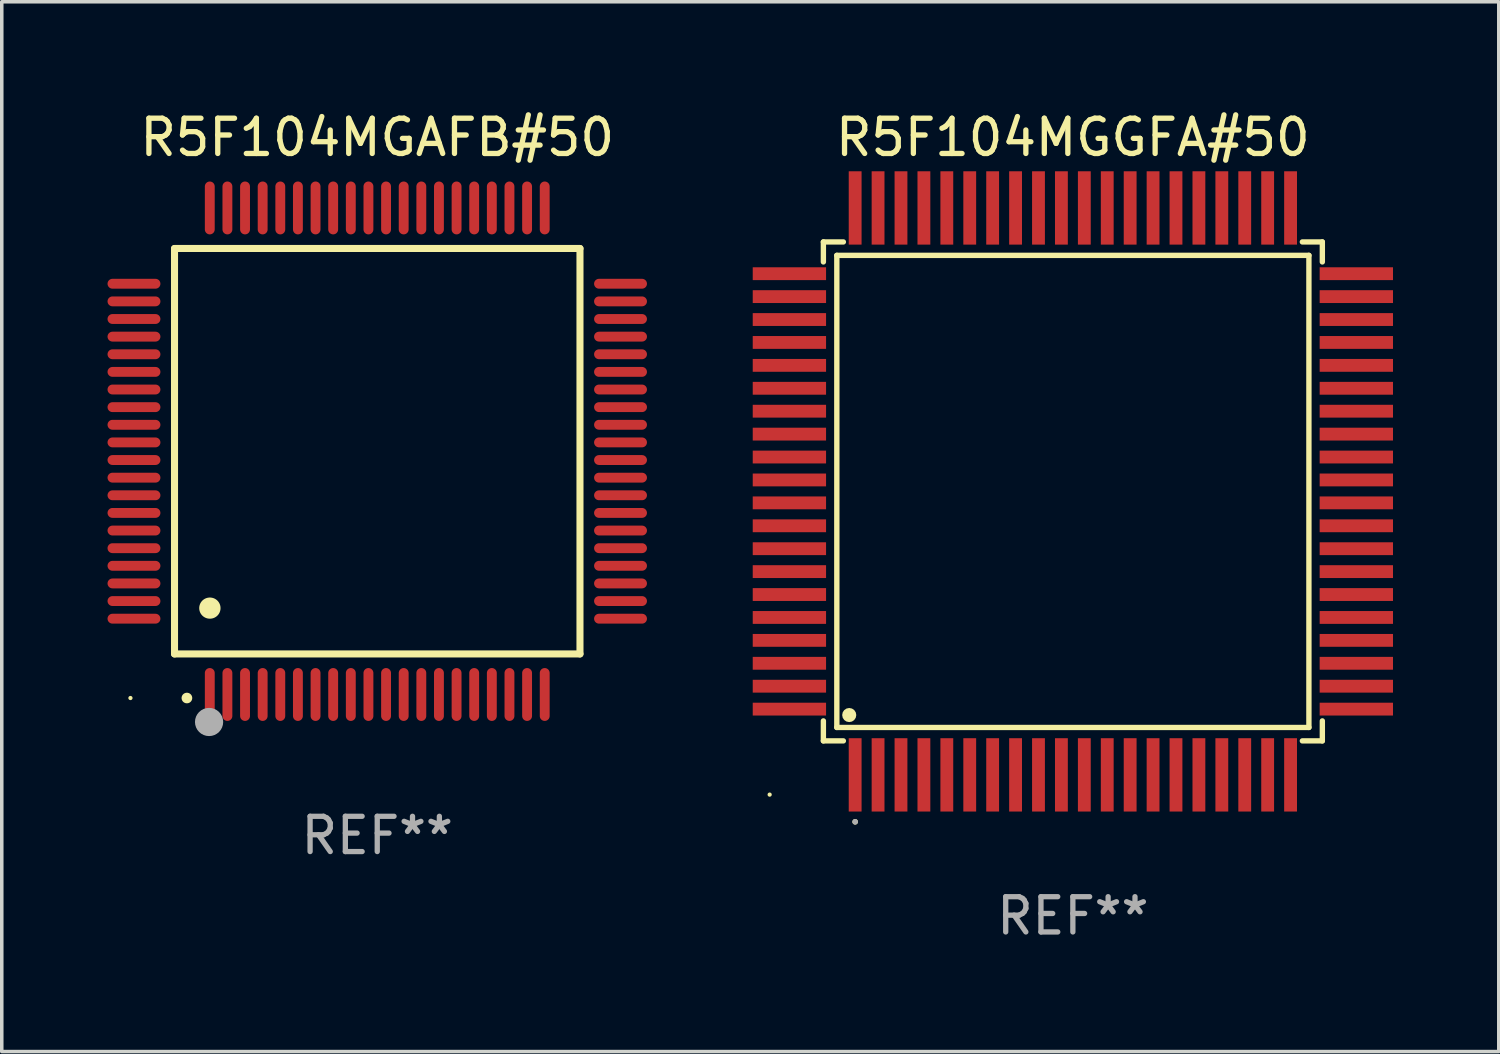
<source format=kicad_pcb>
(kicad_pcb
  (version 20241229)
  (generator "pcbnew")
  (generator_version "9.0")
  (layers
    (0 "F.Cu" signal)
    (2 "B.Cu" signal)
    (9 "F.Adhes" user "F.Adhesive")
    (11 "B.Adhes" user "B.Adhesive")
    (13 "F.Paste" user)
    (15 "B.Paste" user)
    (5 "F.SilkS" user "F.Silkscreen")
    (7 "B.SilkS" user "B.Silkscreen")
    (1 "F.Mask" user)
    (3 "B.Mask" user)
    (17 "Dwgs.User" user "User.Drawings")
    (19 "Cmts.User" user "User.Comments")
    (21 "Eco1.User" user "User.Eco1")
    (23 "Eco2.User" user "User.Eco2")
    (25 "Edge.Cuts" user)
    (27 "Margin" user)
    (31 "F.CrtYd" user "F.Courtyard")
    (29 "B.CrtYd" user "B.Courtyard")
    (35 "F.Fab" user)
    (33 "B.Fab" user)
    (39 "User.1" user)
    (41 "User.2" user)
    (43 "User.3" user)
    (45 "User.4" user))
  (footprint "R5F104MGGFA#50"
    (layer "F.Cu")
    (at 27.38 10.888)
    (property "Reference" "R5F104MGGFA#50" (at 0 -10.04 0) (layer "F.SilkS") (effects (font (size 1 1) (thickness 0.15))))
    (attr through_hole)
    (fp_line (start -7.076 -7.076) (end -7.076 -6.509) (stroke (width 0.152) (type solid)) (layer "F.SilkS"))
    (fp_line (start -7.076 7.076) (end -7.076 6.509) (stroke (width 0.152) (type solid)) (layer "F.SilkS"))
    (fp_line (start -6.695 -6.695) (end 6.695 -6.695) (stroke (width 0.152) (type solid)) (layer "F.SilkS"))
    (fp_line (start -6.695 6.695) (end -6.695 -6.695) (stroke (width 0.152) (type solid)) (layer "F.SilkS"))
    (fp_line (start -6.509 -7.076) (end -7.076 -7.076) (stroke (width 0.152) (type solid)) (layer "F.SilkS"))
    (fp_line (start -6.509 7.076) (end -7.076 7.076) (stroke (width 0.152) (type solid)) (layer "F.SilkS"))
    (fp_line (start 6.509 -7.076) (end 7.076 -7.076) (stroke (width 0.152) (type solid)) (layer "F.SilkS"))
    (fp_line (start 6.509 7.076) (end 7.076 7.076) (stroke (width 0.152) (type solid)) (layer "F.SilkS"))
    (fp_line (start 6.695 -6.695) (end 6.695 6.695) (stroke (width 0.152) (type solid)) (layer "F.SilkS"))
    (fp_line (start 6.695 6.695) (end -6.695 6.695) (stroke (width 0.152) (type solid)) (layer "F.SilkS"))
    (fp_line (start 7.076 -7.076) (end 7.076 -6.509) (stroke (width 0.152) (type solid)) (layer "F.SilkS"))
    (fp_line (start 7.076 7.076) (end 7.076 6.509) (stroke (width 0.152) (type solid)) (layer "F.SilkS"))
    (fp_circle (center -8.6 8.6) (end -8.57 8.6) (stroke (width 0.06) (type solid)) (fill no) (layer "F.SilkS"))
    (fp_circle (center -6.343 6.343) (end -6.243 6.343) (stroke (width 0.2) (type solid)) (fill no) (layer "F.SilkS"))
    (fp_circle (center -6.175 9.371) (end -6.135 9.371) (stroke (width 0.08) (type solid)) (fill no) (layer "F.SilkS"))
    (fp_circle (center -6.175 9.371) (end -6.135 9.371) (stroke (width 0.08) (type solid)) (fill no) (layer "F.Fab"))
    (fp_text user "REF**" (at 0 12.04 0) (layer "F.Fab") (effects (font (size 1 1) (thickness 0.15))))
    (pad "1" smd rect (at -6.175 8.04) (size 0.364 2.08) (layers "F.Cu" "F.Mask" "F.Paste"))
    (pad "2" smd rect (at -5.525 8.04) (size 0.364 2.08) (layers "F.Cu" "F.Mask" "F.Paste"))
    (pad "3" smd rect (at -4.875 8.04) (size 0.364 2.08) (layers "F.Cu" "F.Mask" "F.Paste"))
    (pad "4" smd rect (at -4.225 8.04) (size 0.364 2.08) (layers "F.Cu" "F.Mask" "F.Paste"))
    (pad "5" smd rect (at -3.575 8.04) (size 0.364 2.08) (layers "F.Cu" "F.Mask" "F.Paste"))
    (pad "6" smd rect (at -2.925 8.04) (size 0.364 2.08) (layers "F.Cu" "F.Mask" "F.Paste"))
    (pad "7" smd rect (at -2.275 8.04) (size 0.364 2.08) (layers "F.Cu" "F.Mask" "F.Paste"))
    (pad "8" smd rect (at -1.625 8.04) (size 0.364 2.08) (layers "F.Cu" "F.Mask" "F.Paste"))
    (pad "9" smd rect (at -0.975 8.04) (size 0.364 2.08) (layers "F.Cu" "F.Mask" "F.Paste"))
    (pad "10" smd rect (at -0.325 8.04) (size 0.364 2.08) (layers "F.Cu" "F.Mask" "F.Paste"))
    (pad "11" smd rect (at 0.325 8.04) (size 0.364 2.08) (layers "F.Cu" "F.Mask" "F.Paste"))
    (pad "12" smd rect (at 0.975 8.04) (size 0.364 2.08) (layers "F.Cu" "F.Mask" "F.Paste"))
    (pad "13" smd rect (at 1.625 8.04) (size 0.364 2.08) (layers "F.Cu" "F.Mask" "F.Paste"))
    (pad "14" smd rect (at 2.275 8.04) (size 0.364 2.08) (layers "F.Cu" "F.Mask" "F.Paste"))
    (pad "15" smd rect (at 2.925 8.04) (size 0.364 2.08) (layers "F.Cu" "F.Mask" "F.Paste"))
    (pad "16" smd rect (at 3.575 8.04) (size 0.364 2.08) (layers "F.Cu" "F.Mask" "F.Paste"))
    (pad "17" smd rect (at 4.225 8.04) (size 0.364 2.08) (layers "F.Cu" "F.Mask" "F.Paste"))
    (pad "18" smd rect (at 4.875 8.04) (size 0.364 2.08) (layers "F.Cu" "F.Mask" "F.Paste"))
    (pad "19" smd rect (at 5.525 8.04) (size 0.364 2.08) (layers "F.Cu" "F.Mask" "F.Paste"))
    (pad "20" smd rect (at 6.175 8.04) (size 0.364 2.08) (layers "F.Cu" "F.Mask" "F.Paste"))
    (pad "21" smd rect (at 8.04 6.175) (size 2.08 0.364) (layers "F.Cu" "F.Mask" "F.Paste"))
    (pad "22" smd rect (at 8.04 5.525) (size 2.08 0.364) (layers "F.Cu" "F.Mask" "F.Paste"))
    (pad "23" smd rect (at 8.04 4.875) (size 2.08 0.364) (layers "F.Cu" "F.Mask" "F.Paste"))
    (pad "24" smd rect (at 8.04 4.225) (size 2.08 0.364) (layers "F.Cu" "F.Mask" "F.Paste"))
    (pad "25" smd rect (at 8.04 3.575) (size 2.08 0.364) (layers "F.Cu" "F.Mask" "F.Paste"))
    (pad "26" smd rect (at 8.04 2.925) (size 2.08 0.364) (layers "F.Cu" "F.Mask" "F.Paste"))
    (pad "27" smd rect (at 8.04 2.275) (size 2.08 0.364) (layers "F.Cu" "F.Mask" "F.Paste"))
    (pad "28" smd rect (at 8.04 1.625) (size 2.08 0.364) (layers "F.Cu" "F.Mask" "F.Paste"))
    (pad "29" smd rect (at 8.04 0.975) (size 2.08 0.364) (layers "F.Cu" "F.Mask" "F.Paste"))
    (pad "30" smd rect (at 8.04 0.325) (size 2.08 0.364) (layers "F.Cu" "F.Mask" "F.Paste"))
    (pad "31" smd rect (at 8.04 -0.325) (size 2.08 0.364) (layers "F.Cu" "F.Mask" "F.Paste"))
    (pad "32" smd rect (at 8.04 -0.975) (size 2.08 0.364) (layers "F.Cu" "F.Mask" "F.Paste"))
    (pad "33" smd rect (at 8.04 -1.625) (size 2.08 0.364) (layers "F.Cu" "F.Mask" "F.Paste"))
    (pad "34" smd rect (at 8.04 -2.275) (size 2.08 0.364) (layers "F.Cu" "F.Mask" "F.Paste"))
    (pad "35" smd rect (at 8.04 -2.925) (size 2.08 0.364) (layers "F.Cu" "F.Mask" "F.Paste"))
    (pad "36" smd rect (at 8.04 -3.575) (size 2.08 0.364) (layers "F.Cu" "F.Mask" "F.Paste"))
    (pad "37" smd rect (at 8.04 -4.225) (size 2.08 0.364) (layers "F.Cu" "F.Mask" "F.Paste"))
    (pad "38" smd rect (at 8.04 -4.875) (size 2.08 0.364) (layers "F.Cu" "F.Mask" "F.Paste"))
    (pad "39" smd rect (at 8.04 -5.525) (size 2.08 0.364) (layers "F.Cu" "F.Mask" "F.Paste"))
    (pad "40" smd rect (at 8.04 -6.175) (size 2.08 0.364) (layers "F.Cu" "F.Mask" "F.Paste"))
    (pad "41" smd rect (at 6.175 -8.04) (size 0.364 2.08) (layers "F.Cu" "F.Mask" "F.Paste"))
    (pad "42" smd rect (at 5.525 -8.04) (size 0.364 2.08) (layers "F.Cu" "F.Mask" "F.Paste"))
    (pad "43" smd rect (at 4.875 -8.04) (size 0.364 2.08) (layers "F.Cu" "F.Mask" "F.Paste"))
    (pad "44" smd rect (at 4.225 -8.04) (size 0.364 2.08) (layers "F.Cu" "F.Mask" "F.Paste"))
    (pad "45" smd rect (at 3.575 -8.04) (size 0.364 2.08) (layers "F.Cu" "F.Mask" "F.Paste"))
    (pad "46" smd rect (at 2.925 -8.04) (size 0.364 2.08) (layers "F.Cu" "F.Mask" "F.Paste"))
    (pad "47" smd rect (at 2.275 -8.04) (size 0.364 2.08) (layers "F.Cu" "F.Mask" "F.Paste"))
    (pad "48" smd rect (at 1.625 -8.04) (size 0.364 2.08) (layers "F.Cu" "F.Mask" "F.Paste"))
    (pad "49" smd rect (at 0.975 -8.04) (size 0.364 2.08) (layers "F.Cu" "F.Mask" "F.Paste"))
    (pad "50" smd rect (at 0.325 -8.04) (size 0.364 2.08) (layers "F.Cu" "F.Mask" "F.Paste"))
    (pad "51" smd rect (at -0.325 -8.04) (size 0.364 2.08) (layers "F.Cu" "F.Mask" "F.Paste"))
    (pad "52" smd rect (at -0.975 -8.04) (size 0.364 2.08) (layers "F.Cu" "F.Mask" "F.Paste"))
    (pad "53" smd rect (at -1.625 -8.04) (size 0.364 2.08) (layers "F.Cu" "F.Mask" "F.Paste"))
    (pad "54" smd rect (at -2.275 -8.04) (size 0.364 2.08) (layers "F.Cu" "F.Mask" "F.Paste"))
    (pad "55" smd rect (at -2.925 -8.04) (size 0.364 2.08) (layers "F.Cu" "F.Mask" "F.Paste"))
    (pad "56" smd rect (at -3.575 -8.04) (size 0.364 2.08) (layers "F.Cu" "F.Mask" "F.Paste"))
    (pad "57" smd rect (at -4.225 -8.04) (size 0.364 2.08) (layers "F.Cu" "F.Mask" "F.Paste"))
    (pad "58" smd rect (at -4.875 -8.04) (size 0.364 2.08) (layers "F.Cu" "F.Mask" "F.Paste"))
    (pad "59" smd rect (at -5.525 -8.04) (size 0.364 2.08) (layers "F.Cu" "F.Mask" "F.Paste"))
    (pad "60" smd rect (at -6.175 -8.04) (size 0.364 2.08) (layers "F.Cu" "F.Mask" "F.Paste"))
    (pad "61" smd rect (at -8.04 -6.175) (size 2.08 0.364) (layers "F.Cu" "F.Mask" "F.Paste"))
    (pad "62" smd rect (at -8.04 -5.525) (size 2.08 0.364) (layers "F.Cu" "F.Mask" "F.Paste"))
    (pad "63" smd rect (at -8.04 -4.875) (size 2.08 0.364) (layers "F.Cu" "F.Mask" "F.Paste"))
    (pad "64" smd rect (at -8.04 -4.225) (size 2.08 0.364) (layers "F.Cu" "F.Mask" "F.Paste"))
    (pad "65" smd rect (at -8.04 -3.575) (size 2.08 0.364) (layers "F.Cu" "F.Mask" "F.Paste"))
    (pad "66" smd rect (at -8.04 -2.925) (size 2.08 0.364) (layers "F.Cu" "F.Mask" "F.Paste"))
    (pad "67" smd rect (at -8.04 -2.275) (size 2.08 0.364) (layers "F.Cu" "F.Mask" "F.Paste"))
    (pad "68" smd rect (at -8.04 -1.625) (size 2.08 0.364) (layers "F.Cu" "F.Mask" "F.Paste"))
    (pad "69" smd rect (at -8.04 -0.975) (size 2.08 0.364) (layers "F.Cu" "F.Mask" "F.Paste"))
    (pad "70" smd rect (at -8.04 -0.325) (size 2.08 0.364) (layers "F.Cu" "F.Mask" "F.Paste"))
    (pad "71" smd rect (at -8.04 0.325) (size 2.08 0.364) (layers "F.Cu" "F.Mask" "F.Paste"))
    (pad "72" smd rect (at -8.04 0.975) (size 2.08 0.364) (layers "F.Cu" "F.Mask" "F.Paste"))
    (pad "73" smd rect (at -8.04 1.625) (size 2.08 0.364) (layers "F.Cu" "F.Mask" "F.Paste"))
    (pad "74" smd rect (at -8.04 2.275) (size 2.08 0.364) (layers "F.Cu" "F.Mask" "F.Paste"))
    (pad "75" smd rect (at -8.04 2.925) (size 2.08 0.364) (layers "F.Cu" "F.Mask" "F.Paste"))
    (pad "76" smd rect (at -8.04 3.575) (size 2.08 0.364) (layers "F.Cu" "F.Mask" "F.Paste"))
    (pad "77" smd rect (at -8.04 4.225) (size 2.08 0.364) (layers "F.Cu" "F.Mask" "F.Paste"))
    (pad "78" smd rect (at -8.04 4.875) (size 2.08 0.364) (layers "F.Cu" "F.Mask" "F.Paste"))
    (pad "79" smd rect (at -8.04 5.525) (size 2.08 0.364) (layers "F.Cu" "F.Mask" "F.Paste"))
    (pad "80" smd rect (at -8.04 6.175) (size 2.08 0.364) (layers "F.Cu" "F.Mask" "F.Paste")))
  (footprint "R5F104MGAFB#50"
    (layer "F.Cu")
    (at 7.65 9.748)
    (property "Reference" "R5F104MGAFB#50" (at 0 -8.9 0) (layer "F.SilkS") (effects (font (size 1 1) (thickness 0.15))))
    (attr through_hole)
    (fp_line (start -5.75 -5.75) (end 5.75 -5.75) (stroke (width 0.2) (type solid)) (layer "F.SilkS"))
    (fp_line (start -5.75 5.75) (end -5.75 -5.75) (stroke (width 0.2) (type solid)) (layer "F.SilkS"))
    (fp_line (start 5.75 -5.75) (end 5.75 5.75) (stroke (width 0.2) (type solid)) (layer "F.SilkS"))
    (fp_line (start 5.75 5.75) (end -5.75 5.75) (stroke (width 0.2) (type solid)) (layer "F.SilkS"))
    (fp_arc (start -5.400051 7.000254) (mid -5.398781 7.000249) (end -5.397511 7.000254) (stroke (width 0.3) (type solid)) (layer "F.SilkS"))
    (fp_arc (start -4.749809 4.450089) (mid -4.747269 4.450078) (end -4.744729 4.450089) (stroke (width 0.6) (type solid)) (layer "F.SilkS"))
    (fp_circle (center -7 7) (end -6.97 7) (stroke (width 0.06) (type solid)) (fill no) (layer "F.SilkS"))
    (fp_circle (center -4.77 7.68) (end -4.57 7.68) (stroke (width 0.4) (type solid)) (fill no) (layer "F.Fab"))
    (fp_text user "REF**" (at 0 10.9 0) (layer "F.Fab") (effects (font (size 1 1) (thickness 0.15))))
    (pad "1" smd oval (at -4.75 6.9) (size 0.28 1.5) (layers "F.Cu" "F.Mask" "F.Paste"))
    (pad "2" smd oval (at -4.25 6.9) (size 0.28 1.5) (layers "F.Cu" "F.Mask" "F.Paste"))
    (pad "3" smd oval (at -3.75 6.9) (size 0.28 1.5) (layers "F.Cu" "F.Mask" "F.Paste"))
    (pad "4" smd oval (at -3.25 6.9) (size 0.28 1.5) (layers "F.Cu" "F.Mask" "F.Paste"))
    (pad "5" smd oval (at -2.75 6.9) (size 0.28 1.5) (layers "F.Cu" "F.Mask" "F.Paste"))
    (pad "6" smd oval (at -2.25 6.9) (size 0.28 1.5) (layers "F.Cu" "F.Mask" "F.Paste"))
    (pad "7" smd oval (at -1.75 6.9) (size 0.28 1.5) (layers "F.Cu" "F.Mask" "F.Paste"))
    (pad "8" smd oval (at -1.25 6.9) (size 0.28 1.5) (layers "F.Cu" "F.Mask" "F.Paste"))
    (pad "9" smd oval (at -0.75 6.9) (size 0.28 1.5) (layers "F.Cu" "F.Mask" "F.Paste"))
    (pad "10" smd oval (at -0.25 6.9) (size 0.28 1.5) (layers "F.Cu" "F.Mask" "F.Paste"))
    (pad "11" smd oval (at 0.25 6.9) (size 0.28 1.5) (layers "F.Cu" "F.Mask" "F.Paste"))
    (pad "12" smd oval (at 0.75 6.9) (size 0.28 1.5) (layers "F.Cu" "F.Mask" "F.Paste"))
    (pad "13" smd oval (at 1.25 6.9) (size 0.28 1.5) (layers "F.Cu" "F.Mask" "F.Paste"))
    (pad "14" smd oval (at 1.75 6.9) (size 0.28 1.5) (layers "F.Cu" "F.Mask" "F.Paste"))
    (pad "15" smd oval (at 2.25 6.9) (size 0.28 1.5) (layers "F.Cu" "F.Mask" "F.Paste"))
    (pad "16" smd oval (at 2.75 6.9) (size 0.28 1.5) (layers "F.Cu" "F.Mask" "F.Paste"))
    (pad "17" smd oval (at 3.25 6.9) (size 0.28 1.5) (layers "F.Cu" "F.Mask" "F.Paste"))
    (pad "18" smd oval (at 3.75 6.9) (size 0.28 1.5) (layers "F.Cu" "F.Mask" "F.Paste"))
    (pad "19" smd oval (at 4.25 6.9) (size 0.28 1.5) (layers "F.Cu" "F.Mask" "F.Paste"))
    (pad "20" smd oval (at 4.75 6.9) (size 0.28 1.5) (layers "F.Cu" "F.Mask" "F.Paste"))
    (pad "21" smd oval (at 6.9 4.75) (size 1.5 0.28) (layers "F.Cu" "F.Mask" "F.Paste"))
    (pad "22" smd oval (at 6.9 4.25) (size 1.5 0.28) (layers "F.Cu" "F.Mask" "F.Paste"))
    (pad "23" smd oval (at 6.9 3.75) (size 1.5 0.28) (layers "F.Cu" "F.Mask" "F.Paste"))
    (pad "24" smd oval (at 6.9 3.25) (size 1.5 0.28) (layers "F.Cu" "F.Mask" "F.Paste"))
    (pad "25" smd oval (at 6.9 2.75) (size 1.5 0.28) (layers "F.Cu" "F.Mask" "F.Paste"))
    (pad "26" smd oval (at 6.9 2.25) (size 1.5 0.28) (layers "F.Cu" "F.Mask" "F.Paste"))
    (pad "27" smd oval (at 6.9 1.75) (size 1.5 0.28) (layers "F.Cu" "F.Mask" "F.Paste"))
    (pad "28" smd oval (at 6.9 1.25) (size 1.5 0.28) (layers "F.Cu" "F.Mask" "F.Paste"))
    (pad "29" smd oval (at 6.9 0.75) (size 1.5 0.28) (layers "F.Cu" "F.Mask" "F.Paste"))
    (pad "30" smd oval (at 6.9 0.25) (size 1.5 0.28) (layers "F.Cu" "F.Mask" "F.Paste"))
    (pad "31" smd oval (at 6.9 -0.25) (size 1.5 0.28) (layers "F.Cu" "F.Mask" "F.Paste"))
    (pad "32" smd oval (at 6.9 -0.75) (size 1.5 0.28) (layers "F.Cu" "F.Mask" "F.Paste"))
    (pad "33" smd oval (at 6.9 -1.25) (size 1.5 0.28) (layers "F.Cu" "F.Mask" "F.Paste"))
    (pad "34" smd oval (at 6.9 -1.75) (size 1.5 0.28) (layers "F.Cu" "F.Mask" "F.Paste"))
    (pad "35" smd oval (at 6.9 -2.25) (size 1.5 0.28) (layers "F.Cu" "F.Mask" "F.Paste"))
    (pad "36" smd oval (at 6.9 -2.75) (size 1.5 0.28) (layers "F.Cu" "F.Mask" "F.Paste"))
    (pad "37" smd oval (at 6.9 -3.25) (size 1.5 0.28) (layers "F.Cu" "F.Mask" "F.Paste"))
    (pad "38" smd oval (at 6.9 -3.75) (size 1.5 0.28) (layers "F.Cu" "F.Mask" "F.Paste"))
    (pad "39" smd oval (at 6.9 -4.25) (size 1.5 0.28) (layers "F.Cu" "F.Mask" "F.Paste"))
    (pad "40" smd oval (at 6.9 -4.75) (size 1.5 0.28) (layers "F.Cu" "F.Mask" "F.Paste"))
    (pad "41" smd oval (at 4.75 -6.9) (size 0.28 1.5) (layers "F.Cu" "F.Mask" "F.Paste"))
    (pad "42" smd oval (at 4.25 -6.9) (size 0.28 1.5) (layers "F.Cu" "F.Mask" "F.Paste"))
    (pad "43" smd oval (at 3.75 -6.9) (size 0.28 1.5) (layers "F.Cu" "F.Mask" "F.Paste"))
    (pad "44" smd oval (at 3.25 -6.9) (size 0.28 1.5) (layers "F.Cu" "F.Mask" "F.Paste"))
    (pad "45" smd oval (at 2.75 -6.9) (size 0.28 1.5) (layers "F.Cu" "F.Mask" "F.Paste"))
    (pad "46" smd oval (at 2.25 -6.9) (size 0.28 1.5) (layers "F.Cu" "F.Mask" "F.Paste"))
    (pad "47" smd oval (at 1.75 -6.9) (size 0.28 1.5) (layers "F.Cu" "F.Mask" "F.Paste"))
    (pad "48" smd oval (at 1.25 -6.9) (size 0.28 1.5) (layers "F.Cu" "F.Mask" "F.Paste"))
    (pad "49" smd oval (at 0.75 -6.9) (size 0.28 1.5) (layers "F.Cu" "F.Mask" "F.Paste"))
    (pad "50" smd oval (at 0.25 -6.9) (size 0.28 1.5) (layers "F.Cu" "F.Mask" "F.Paste"))
    (pad "51" smd oval (at -0.25 -6.9) (size 0.28 1.5) (layers "F.Cu" "F.Mask" "F.Paste"))
    (pad "52" smd oval (at -0.75 -6.9) (size 0.28 1.5) (layers "F.Cu" "F.Mask" "F.Paste"))
    (pad "53" smd oval (at -1.25 -6.9) (size 0.28 1.5) (layers "F.Cu" "F.Mask" "F.Paste"))
    (pad "54" smd oval (at -1.75 -6.9) (size 0.28 1.5) (layers "F.Cu" "F.Mask" "F.Paste"))
    (pad "55" smd oval (at -2.25 -6.9) (size 0.28 1.5) (layers "F.Cu" "F.Mask" "F.Paste"))
    (pad "56" smd oval (at -2.75 -6.9) (size 0.28 1.5) (layers "F.Cu" "F.Mask" "F.Paste"))
    (pad "57" smd oval (at -3.25 -6.9) (size 0.28 1.5) (layers "F.Cu" "F.Mask" "F.Paste"))
    (pad "58" smd oval (at -3.75 -6.9) (size 0.28 1.5) (layers "F.Cu" "F.Mask" "F.Paste"))
    (pad "59" smd oval (at -4.25 -6.9) (size 0.28 1.5) (layers "F.Cu" "F.Mask" "F.Paste"))
    (pad "60" smd oval (at -4.75 -6.9) (size 0.28 1.5) (layers "F.Cu" "F.Mask" "F.Paste"))
    (pad "61" smd oval (at -6.9 -4.75) (size 1.5 0.28) (layers "F.Cu" "F.Mask" "F.Paste"))
    (pad "62" smd oval (at -6.9 -4.25) (size 1.5 0.28) (layers "F.Cu" "F.Mask" "F.Paste"))
    (pad "63" smd oval (at -6.9 -3.75) (size 1.5 0.28) (layers "F.Cu" "F.Mask" "F.Paste"))
    (pad "64" smd oval (at -6.9 -3.25) (size 1.5 0.28) (layers "F.Cu" "F.Mask" "F.Paste"))
    (pad "65" smd oval (at -6.9 -2.75) (size 1.5 0.28) (layers "F.Cu" "F.Mask" "F.Paste"))
    (pad "66" smd oval (at -6.9 -2.25) (size 1.5 0.28) (layers "F.Cu" "F.Mask" "F.Paste"))
    (pad "67" smd oval (at -6.9 -1.75) (size 1.5 0.28) (layers "F.Cu" "F.Mask" "F.Paste"))
    (pad "68" smd oval (at -6.9 -1.25) (size 1.5 0.28) (layers "F.Cu" "F.Mask" "F.Paste"))
    (pad "69" smd oval (at -6.9 -0.75) (size 1.5 0.28) (layers "F.Cu" "F.Mask" "F.Paste"))
    (pad "70" smd oval (at -6.9 -0.25) (size 1.5 0.28) (layers "F.Cu" "F.Mask" "F.Paste"))
    (pad "71" smd oval (at -6.9 0.25) (size 1.5 0.28) (layers "F.Cu" "F.Mask" "F.Paste"))
    (pad "72" smd oval (at -6.9 0.75) (size 1.5 0.28) (layers "F.Cu" "F.Mask" "F.Paste"))
    (pad "73" smd oval (at -6.9 1.25) (size 1.5 0.28) (layers "F.Cu" "F.Mask" "F.Paste"))
    (pad "74" smd oval (at -6.9 1.75) (size 1.5 0.28) (layers "F.Cu" "F.Mask" "F.Paste"))
    (pad "75" smd oval (at -6.9 2.25) (size 1.5 0.28) (layers "F.Cu" "F.Mask" "F.Paste"))
    (pad "76" smd oval (at -6.9 2.75) (size 1.5 0.28) (layers "F.Cu" "F.Mask" "F.Paste"))
    (pad "77" smd oval (at -6.9 3.25) (size 1.5 0.28) (layers "F.Cu" "F.Mask" "F.Paste"))
    (pad "78" smd oval (at -6.9 3.75) (size 1.5 0.28) (layers "F.Cu" "F.Mask" "F.Paste"))
    (pad "79" smd oval (at -6.9 4.25) (size 1.5 0.28) (layers "F.Cu" "F.Mask" "F.Paste"))
    (pad "80" smd oval (at -6.9 4.75) (size 1.5 0.28) (layers "F.Cu" "F.Mask" "F.Paste")))
  (gr_rect
    (start -3 -3)
    (end 39.46 26.776)
    (stroke (width 0.1) (type default))
    (fill no)
    (layer "Edge.Cuts")))
</source>
